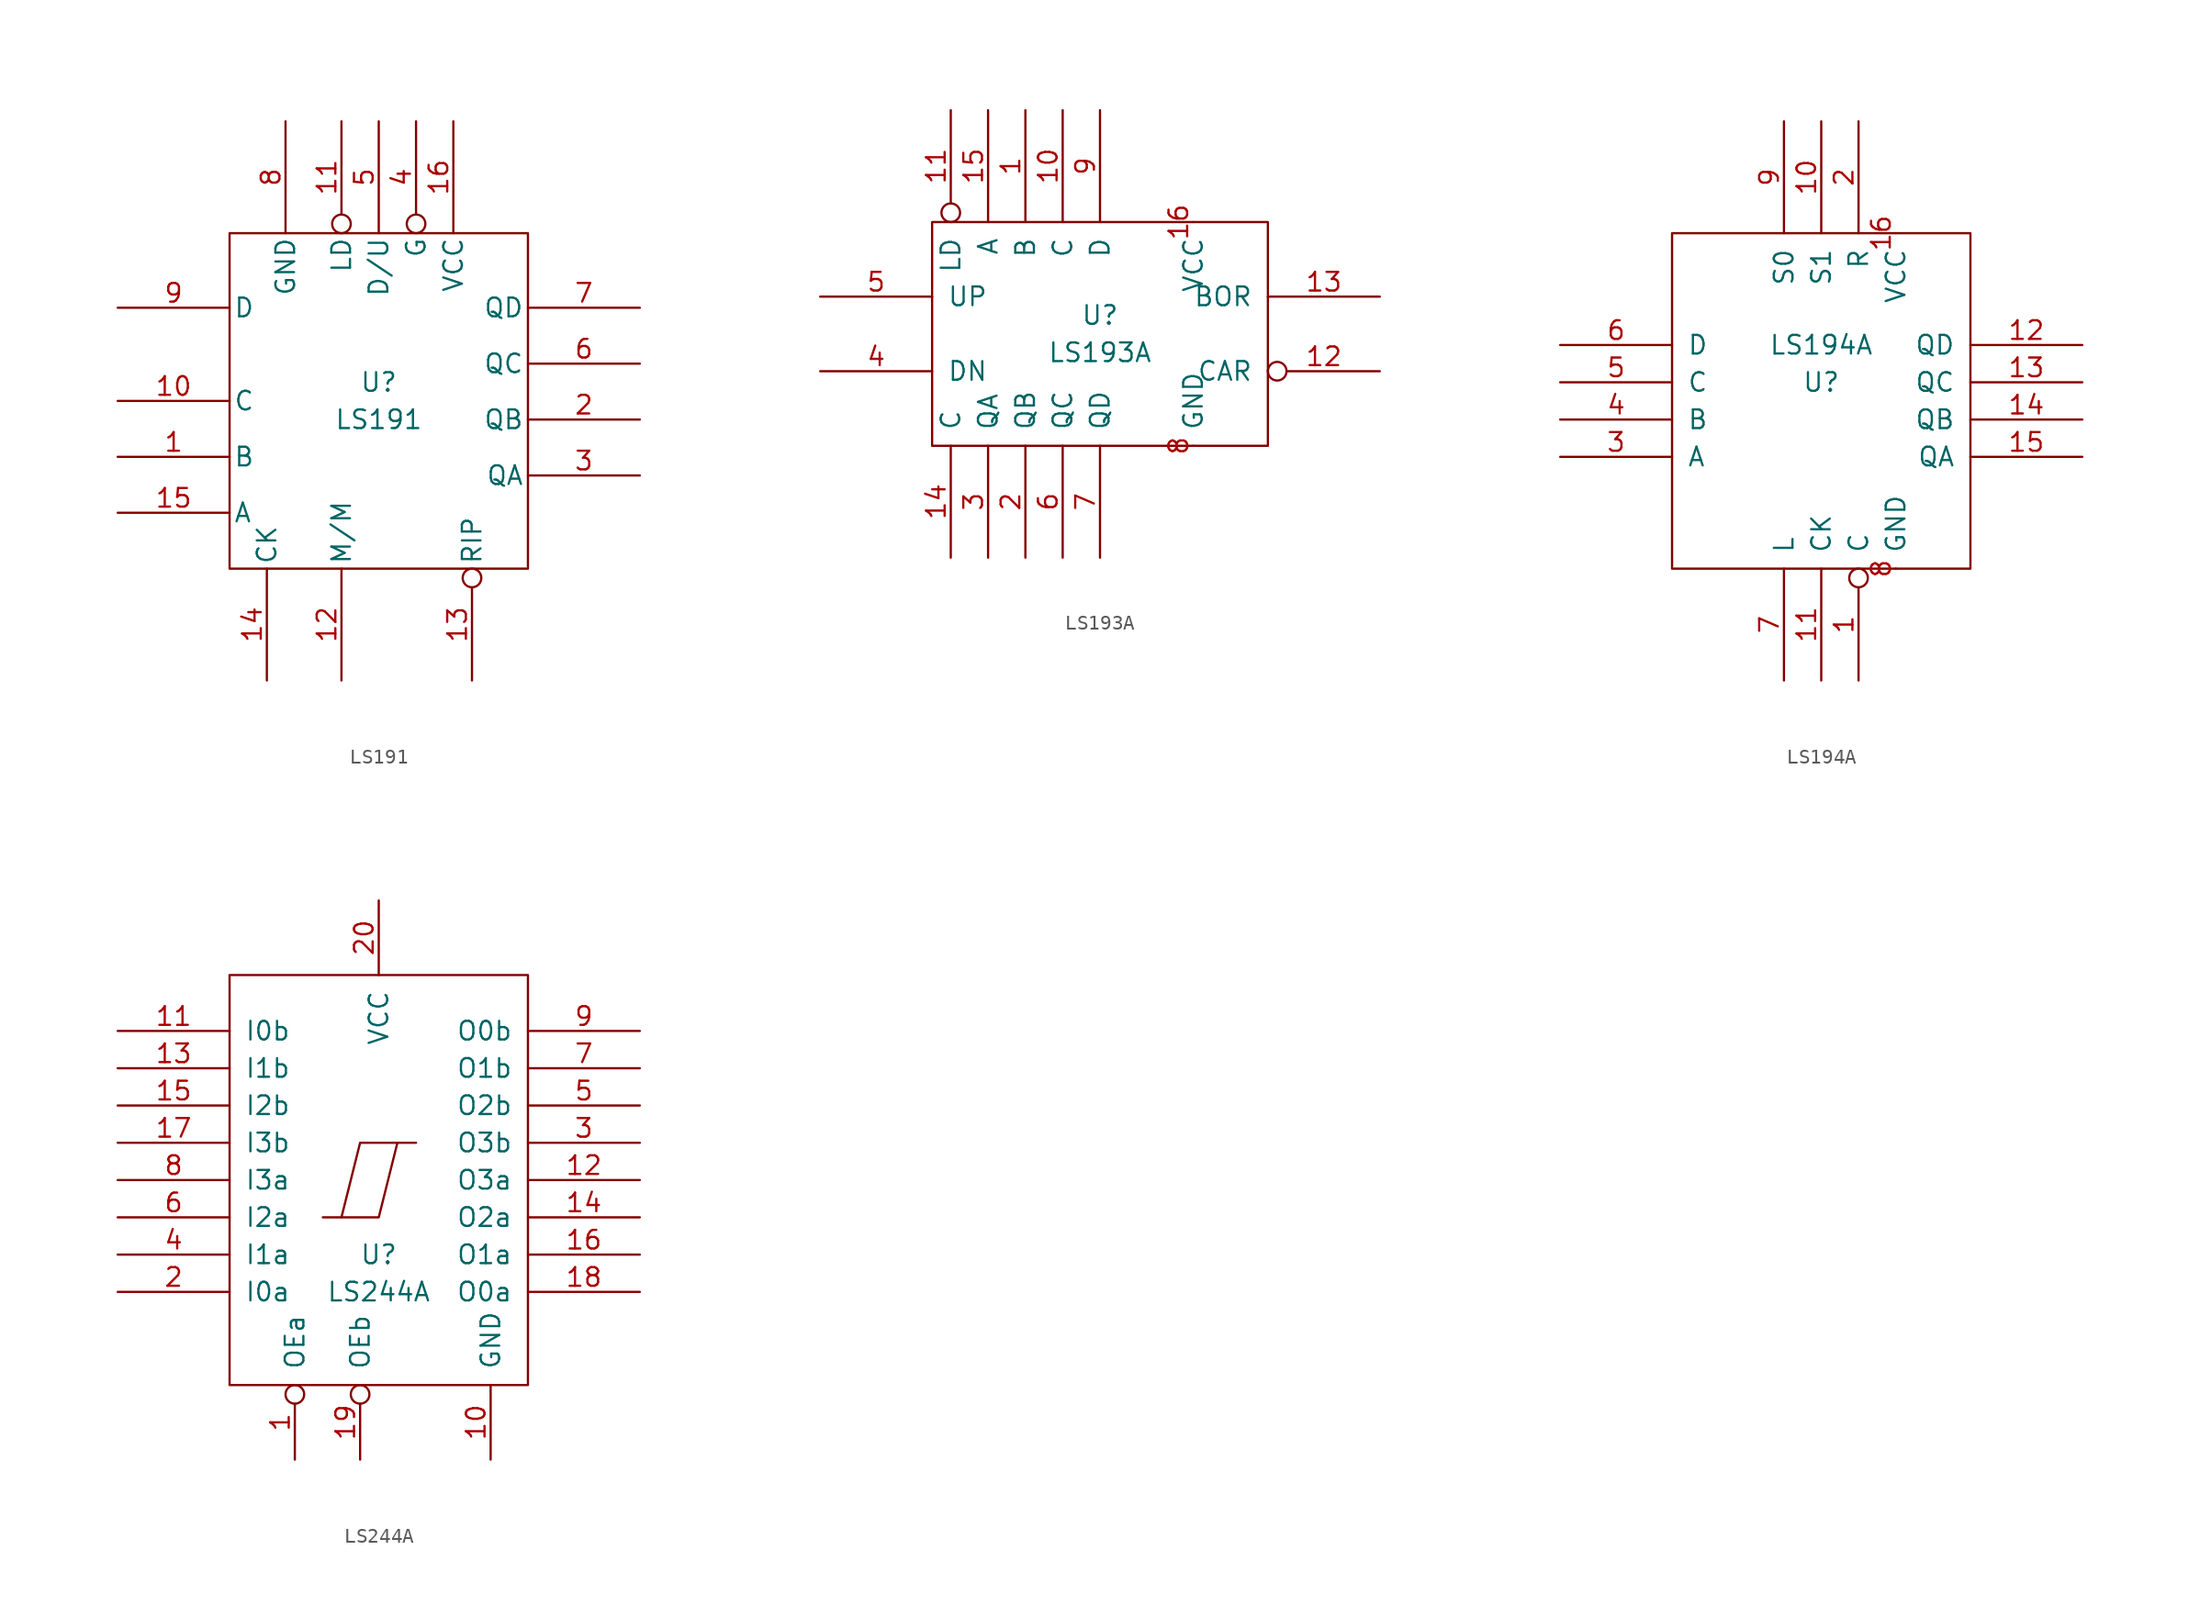
<source format=kicad_sym>
(kicad_symbol_lib
  (version 20211014)
  (generator kicad_symbol_editor)
  (symbol "LS191"
    (pin_names
      (offset 0.254))
    (property "Reference" "U"
      (at 0 1.27 0)
      (effects (font (size 1.27 1.27))))
    (property "Value" "LS191"
      (at 0 -1.27 0)
      (effects (font (size 1.27 1.27))))
    (symbol "LS191_0_0"
      (pin power_in line (at 5.08 19.05 270) (length 7.62) (name "VCC" (effects (font (size 1.27 1.27)))) (number "16" (effects (font (size 1.27 1.27)))))
      (pin power_in line (at -6.35 19.05 270) (length 7.62) (name "GND" (effects (font (size 1.27 1.27)))) (number "8" (effects (font (size 1.27 1.27))))))
    (symbol "LS191_0_1"
      (rectangle (start -10.16 11.43) (end 10.16 -11.43) (stroke (width 0) (type default) (color 0 0 0 0)) (fill (type none))))
    (symbol "LS191_1_1"
      (pin input line (at -17.78 -3.81 0) (length 7.62) (name "B" (effects (font (size 1.27 1.27)))) (number "1" (effects (font (size 1.27 1.27)))))
      (pin input line (at -17.78 0 0) (length 7.62) (name "C" (effects (font (size 1.27 1.27)))) (number "10" (effects (font (size 1.27 1.27)))))
      (pin input inverted (at -2.54 19.05 270) (length 7.62) (name "LD" (effects (font (size 1.27 1.27)))) (number "11" (effects (font (size 1.27 1.27)))))
      (pin output line (at -2.54 -19.05 90) (length 7.62) (name "M/M" (effects (font (size 1.27 1.27)))) (number "12" (effects (font (size 1.27 1.27)))))
      (pin input inverted (at 6.35 -19.05 90) (length 7.62) (name "RIP" (effects (font (size 1.27 1.27)))) (number "13" (effects (font (size 1.27 1.27)))))
      (pin input line (at -7.62 -19.05 90) (length 7.62) (name "CK" (effects (font (size 1.27 1.27)))) (number "14" (effects (font (size 1.27 1.27)))))
      (pin input line (at -17.78 -7.62 0) (length 7.62) (name "A" (effects (font (size 1.27 1.27)))) (number "15" (effects (font (size 1.27 1.27)))))
      (pin output line (at 17.78 -1.27 180) (length 7.62) (name "QB" (effects (font (size 1.27 1.27)))) (number "2" (effects (font (size 1.27 1.27)))))
      (pin output line (at 17.78 -5.08 180) (length 7.62) (name "QA" (effects (font (size 1.27 1.27)))) (number "3" (effects (font (size 1.27 1.27)))))
      (pin input inverted (at 2.54 19.05 270) (length 7.62) (name "G" (effects (font (size 1.27 1.27)))) (number "4" (effects (font (size 1.27 1.27)))))
      (pin input line (at 0 19.05 270) (length 7.62) (name "D/U" (effects (font (size 1.27 1.27)))) (number "5" (effects (font (size 1.27 1.27)))))
      (pin output line (at 17.78 2.54 180) (length 7.62) (name "QC" (effects (font (size 1.27 1.27)))) (number "6" (effects (font (size 1.27 1.27)))))
      (pin output line (at 17.78 6.35 180) (length 7.62) (name "QD" (effects (font (size 1.27 1.27)))) (number "7" (effects (font (size 1.27 1.27)))))
      (pin input line (at -17.78 6.35 0) (length 7.62) (name "D" (effects (font (size 1.27 1.27)))) (number "9" (effects (font (size 1.27 1.27)))))))
  (symbol "LS193A"
    (pin_names
      (offset 1.016))
    (property "Reference" "U"
      (at 0 1.27 0)
      (effects (font (size 1.27 1.27))))
    (property "Value" "LS193A"
      (at 0 -1.27 0)
      (effects (font (size 1.27 1.27))))
    (symbol "LS193A_1_1"
      (rectangle (start -11.43 7.62) (end 11.43 -7.62) (stroke (width 0) (type default) (color 0 0 0 0)) (fill (type none)))
      (pin input line (at -5.08 15.24 270) (length 7.62) (name "B" (effects (font (size 1.27 1.27)))) (number "1" (effects (font (size 1.27 1.27)))))
      (pin input line (at -2.54 15.24 270) (length 7.62) (name "C" (effects (font (size 1.27 1.27)))) (number "10" (effects (font (size 1.27 1.27)))))
      (pin input inverted (at -10.16 15.24 270) (length 7.62) (name "LD" (effects (font (size 1.27 1.27)))) (number "11" (effects (font (size 1.27 1.27)))))
      (pin output inverted (at 19.05 -2.54 180) (length 7.62) (name "CAR" (effects (font (size 1.27 1.27)))) (number "12" (effects (font (size 1.27 1.27)))))
      (pin input line (at 19.05 2.54 180) (length 7.62) (name "BOR" (effects (font (size 1.27 1.27)))) (number "13" (effects (font (size 1.27 1.27)))))
      (pin input line (at -10.16 -15.24 90) (length 7.62) (name "C" (effects (font (size 1.27 1.27)))) (number "14" (effects (font (size 1.27 1.27)))))
      (pin input line (at -7.62 15.24 270) (length 7.62) (name "A" (effects (font (size 1.27 1.27)))) (number "15" (effects (font (size 1.27 1.27)))))
      (pin power_in line (at 6.35 7.62 270) (length 0) (name "VCC" (effects (font (size 1.27 1.27)))) (number "16" (effects (font (size 1.27 1.27)))))
      (pin output line (at -5.08 -15.24 90) (length 7.62) (name "QB" (effects (font (size 1.27 1.27)))) (number "2" (effects (font (size 1.27 1.27)))))
      (pin output line (at -7.62 -15.24 90) (length 7.62) (name "QA" (effects (font (size 1.27 1.27)))) (number "3" (effects (font (size 1.27 1.27)))))
      (pin input line (at -19.05 -2.54 0) (length 7.62) (name "DN" (effects (font (size 1.27 1.27)))) (number "4" (effects (font (size 1.27 1.27)))))
      (pin input line (at -19.05 2.54 0) (length 7.62) (name "UP" (effects (font (size 1.27 1.27)))) (number "5" (effects (font (size 1.27 1.27)))))
      (pin output line (at -2.54 -15.24 90) (length 7.62) (name "QC" (effects (font (size 1.27 1.27)))) (number "6" (effects (font (size 1.27 1.27)))))
      (pin output line (at 0 -15.24 90) (length 7.62) (name "QD" (effects (font (size 1.27 1.27)))) (number "7" (effects (font (size 1.27 1.27)))))
      (pin power_in line (at 6.35 -7.62 90) (length 0) (name "GND" (effects (font (size 1.27 1.27)))) (number "8" (effects (font (size 1.27 1.27)))))
      (pin input line (at 0 15.24 270) (length 7.62) (name "D" (effects (font (size 1.27 1.27)))) (number "9" (effects (font (size 1.27 1.27)))))))
  (symbol "LS194A"
    (pin_names
      (offset 1.016))
    (property "Reference" "U"
      (at 0 8.89 0)
      (effects (font (size 1.27 1.27))))
    (property "Value" "LS194A"
      (at 0 11.43 0)
      (effects (font (size 1.27 1.27))))
    (symbol "LS194A_1_1"
      (rectangle (start -10.16 19.05) (end 10.16 -3.81) (stroke (width 0) (type default) (color 0 0 0 0)) (fill (type none)))
      (pin input inverted (at 2.54 -11.43 90) (length 7.62) (name "C" (effects (font (size 1.27 1.27)))) (number "1" (effects (font (size 1.27 1.27)))))
      (pin input line (at 0 26.67 270) (length 7.62) (name "S1" (effects (font (size 1.27 1.27)))) (number "10" (effects (font (size 1.27 1.27)))))
      (pin input line (at 0 -11.43 90) (length 7.62) (name "CK" (effects (font (size 1.27 1.27)))) (number "11" (effects (font (size 1.27 1.27)))))
      (pin output line (at 17.78 11.43 180) (length 7.62) (name "QD" (effects (font (size 1.27 1.27)))) (number "12" (effects (font (size 1.27 1.27)))))
      (pin output line (at 17.78 8.89 180) (length 7.62) (name "QC" (effects (font (size 1.27 1.27)))) (number "13" (effects (font (size 1.27 1.27)))))
      (pin output line (at 17.78 6.35 180) (length 7.62) (name "QB" (effects (font (size 1.27 1.27)))) (number "14" (effects (font (size 1.27 1.27)))))
      (pin output line (at 17.78 3.81 180) (length 7.62) (name "QA" (effects (font (size 1.27 1.27)))) (number "15" (effects (font (size 1.27 1.27)))))
      (pin power_in line (at 5.08 19.05 270) (length 0) (name "VCC" (effects (font (size 1.27 1.27)))) (number "16" (effects (font (size 1.27 1.27)))))
      (pin input line (at 2.54 26.67 270) (length 7.62) (name "R" (effects (font (size 1.27 1.27)))) (number "2" (effects (font (size 1.27 1.27)))))
      (pin input line (at -17.78 3.81 0) (length 7.62) (name "A" (effects (font (size 1.27 1.27)))) (number "3" (effects (font (size 1.27 1.27)))))
      (pin input line (at -17.78 6.35 0) (length 7.62) (name "B" (effects (font (size 1.27 1.27)))) (number "4" (effects (font (size 1.27 1.27)))))
      (pin input line (at -17.78 8.89 0) (length 7.62) (name "C" (effects (font (size 1.27 1.27)))) (number "5" (effects (font (size 1.27 1.27)))))
      (pin input line (at -17.78 11.43 0) (length 7.62) (name "D" (effects (font (size 1.27 1.27)))) (number "6" (effects (font (size 1.27 1.27)))))
      (pin input line (at -2.54 -11.43 90) (length 7.62) (name "L" (effects (font (size 1.27 1.27)))) (number "7" (effects (font (size 1.27 1.27)))))
      (pin power_in line (at 5.08 -3.81 90) (length 0) (name "GND" (effects (font (size 1.27 1.27)))) (number "8" (effects (font (size 1.27 1.27)))))
      (pin input line (at -2.54 26.67 270) (length 7.62) (name "S0" (effects (font (size 1.27 1.27)))) (number "9" (effects (font (size 1.27 1.27)))))))
  (symbol "LS244A"
    (pin_names
      (offset 1.016))
    (property "Reference" "U"
      (at 0 -5.08 0)
      (effects (font (size 1.27 1.27))))
    (property "Value" "LS244A"
      (at 0 -7.62 0)
      (effects (font (size 1.27 1.27))))
    (symbol "LS244A_1_1"
      (rectangle (start -10.16 13.97) (end 10.16 -13.97) (stroke (width 0) (type default) (color 0 0 0 0)) (fill (type none)))
      (polyline (pts (xy 1.27 2.54) (xy 0 -2.54) (xy -2.54 -2.54)) (stroke (width 0) (type default) (color 0 0 0 0)) (fill (type none)))
      (polyline (pts (xy 2.54 2.54) (xy -1.27 2.54) (xy -2.54 -2.54) (xy -3.81 -2.54)) (stroke (width 0) (type default) (color 0 0 0 0)) (fill (type none)))
      (pin input inverted (at -5.715 -19.05 90) (length 5.08) (name "OEa" (effects (font (size 1.27 1.27)))) (number "1" (effects (font (size 1.27 1.27)))))
      (pin power_in line (at 7.62 -19.05 90) (length 5.08) (name "GND" (effects (font (size 1.27 1.27)))) (number "10" (effects (font (size 1.27 1.27)))))
      (pin input line (at -17.78 10.16 0) (length 7.62) (name "I0b" (effects (font (size 1.27 1.27)))) (number "11" (effects (font (size 1.27 1.27)))))
      (pin tri_state line (at 17.78 0 180) (length 7.62) (name "O3a" (effects (font (size 1.27 1.27)))) (number "12" (effects (font (size 1.27 1.27)))))
      (pin input line (at -17.78 7.62 0) (length 7.62) (name "I1b" (effects (font (size 1.27 1.27)))) (number "13" (effects (font (size 1.27 1.27)))))
      (pin tri_state line (at 17.78 -2.54 180) (length 7.62) (name "O2a" (effects (font (size 1.27 1.27)))) (number "14" (effects (font (size 1.27 1.27)))))
      (pin input line (at -17.78 5.08 0) (length 7.62) (name "I2b" (effects (font (size 1.27 1.27)))) (number "15" (effects (font (size 1.27 1.27)))))
      (pin tri_state line (at 17.78 -5.08 180) (length 7.62) (name "O1a" (effects (font (size 1.27 1.27)))) (number "16" (effects (font (size 1.27 1.27)))))
      (pin input line (at -17.78 2.54 0) (length 7.62) (name "I3b" (effects (font (size 1.27 1.27)))) (number "17" (effects (font (size 1.27 1.27)))))
      (pin tri_state line (at 17.78 -7.62 180) (length 7.62) (name "O0a" (effects (font (size 1.27 1.27)))) (number "18" (effects (font (size 1.27 1.27)))))
      (pin input inverted (at -1.27 -19.05 90) (length 5.08) (name "OEb" (effects (font (size 1.27 1.27)))) (number "19" (effects (font (size 1.27 1.27)))))
      (pin input line (at -17.78 -7.62 0) (length 7.62) (name "I0a" (effects (font (size 1.27 1.27)))) (number "2" (effects (font (size 1.27 1.27)))))
      (pin power_in line (at 0 19.05 270) (length 5.08) (name "VCC" (effects (font (size 1.27 1.27)))) (number "20" (effects (font (size 1.27 1.27)))))
      (pin tri_state line (at 17.78 2.54 180) (length 7.62) (name "O3b" (effects (font (size 1.27 1.27)))) (number "3" (effects (font (size 1.27 1.27)))))
      (pin input line (at -17.78 -5.08 0) (length 7.62) (name "I1a" (effects (font (size 1.27 1.27)))) (number "4" (effects (font (size 1.27 1.27)))))
      (pin tri_state line (at 17.78 5.08 180) (length 7.62) (name "O2b" (effects (font (size 1.27 1.27)))) (number "5" (effects (font (size 1.27 1.27)))))
      (pin input line (at -17.78 -2.54 0) (length 7.62) (name "I2a" (effects (font (size 1.27 1.27)))) (number "6" (effects (font (size 1.27 1.27)))))
      (pin tri_state line (at 17.78 7.62 180) (length 7.62) (name "O1b" (effects (font (size 1.27 1.27)))) (number "7" (effects (font (size 1.27 1.27)))))
      (pin input line (at -17.78 0 0) (length 7.62) (name "I3a" (effects (font (size 1.27 1.27)))) (number "8" (effects (font (size 1.27 1.27)))))
      (pin tri_state line (at 17.78 10.16 180) (length 7.62) (name "O0b" (effects (font (size 1.27 1.27)))) (number "9" (effects (font (size 1.27 1.27))))))))
</source>
